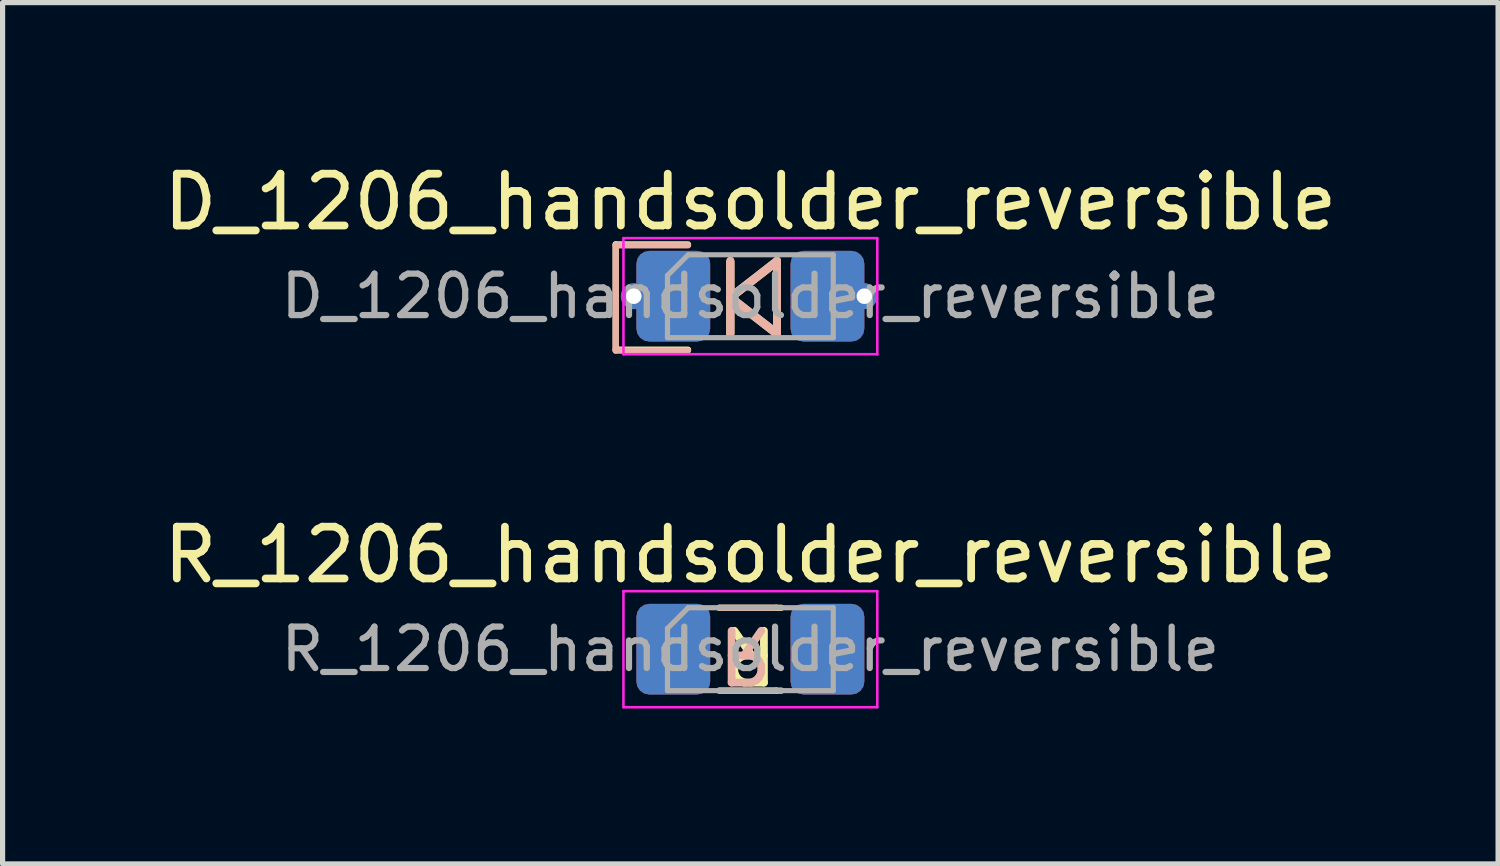
<source format=kicad_pcb>
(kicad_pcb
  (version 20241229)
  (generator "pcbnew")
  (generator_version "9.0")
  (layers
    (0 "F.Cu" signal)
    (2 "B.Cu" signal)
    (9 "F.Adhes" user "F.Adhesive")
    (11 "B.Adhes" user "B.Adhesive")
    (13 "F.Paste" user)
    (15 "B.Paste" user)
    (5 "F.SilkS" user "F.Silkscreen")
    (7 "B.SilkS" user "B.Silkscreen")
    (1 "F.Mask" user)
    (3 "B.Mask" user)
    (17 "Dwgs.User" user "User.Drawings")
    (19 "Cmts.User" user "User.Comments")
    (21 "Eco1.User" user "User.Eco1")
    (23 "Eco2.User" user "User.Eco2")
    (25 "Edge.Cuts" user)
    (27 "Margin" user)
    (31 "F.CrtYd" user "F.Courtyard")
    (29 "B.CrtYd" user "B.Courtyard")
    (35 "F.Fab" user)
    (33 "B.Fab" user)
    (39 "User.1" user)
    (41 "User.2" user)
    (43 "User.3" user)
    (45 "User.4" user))
  (footprint "D_1206_handsolder_reversible"
    (layer "F.Cu")
    (at 11.435 2.668)
    (property "Reference" "D_1206_handsolder_reversible" (at 0 -1.82 0) (layer "F.SilkS") (effects (font (size 1 1) (thickness 0.15))))
    (attr smd)
    (fp_line (start -2.6 -1) (end -2.6 1.032) (stroke (width 0.12) (type solid)) (layer "F.SilkS"))
    (fp_line (start -2.6 1.032) (end -1.203 1.032) (stroke (width 0.12) (type solid)) (layer "F.SilkS"))
    (fp_line (start -1.203 -1) (end -2.6 -1) (stroke (width 0.12) (type solid)) (layer "F.SilkS"))
    (fp_line (start -0.386 -0.684) (end -0.386 0.716) (stroke (width 0.15) (type solid)) (layer "F.SilkS"))
    (fp_line (start -0.386 0.016) (end 0.514 -0.684) (stroke (width 0.15) (type solid)) (layer "F.SilkS"))
    (fp_line (start -0.386 0.034) (end 0.514 0.734) (stroke (width 0.15) (type solid)) (layer "F.SilkS"))
    (fp_line (start -0.386 0.734) (end -0.386 -0.666) (stroke (width 0.15) (type solid)) (layer "F.SilkS"))
    (fp_line (start 0.514 -0.684) (end 0.514 0.716) (stroke (width 0.15) (type solid)) (layer "F.SilkS"))
    (fp_line (start 0.514 -0.666) (end -0.386 0.034) (stroke (width 0.15) (type solid)) (layer "F.SilkS"))
    (fp_line (start 0.514 0.716) (end -0.386 0.016) (stroke (width 0.15) (type solid)) (layer "F.SilkS"))
    (fp_line (start 0.514 0.734) (end 0.514 -0.666) (stroke (width 0.15) (type solid)) (layer "F.SilkS"))
    (fp_line (start -2.6 -0.982) (end -1.203 -0.982) (stroke (width 0.12) (type solid)) (layer "B.SilkS"))
    (fp_line (start -2.6 1.05) (end -2.6 -0.982) (stroke (width 0.12) (type solid)) (layer "B.SilkS"))
    (fp_line (start -1.203 1.05) (end -2.6 1.05) (stroke (width 0.12) (type solid)) (layer "B.SilkS"))
    (fp_line (start -0.386 -0.684) (end -0.386 0.716) (stroke (width 0.15) (type solid)) (layer "B.SilkS"))
    (fp_line (start -0.386 0.016) (end 0.514 -0.684) (stroke (width 0.15) (type solid)) (layer "B.SilkS"))
    (fp_line (start -0.386 0.034) (end 0.514 0.734) (stroke (width 0.15) (type solid)) (layer "B.SilkS"))
    (fp_line (start -0.386 0.734) (end -0.386 -0.666) (stroke (width 0.15) (type solid)) (layer "B.SilkS"))
    (fp_line (start 0.514 -0.684) (end 0.514 0.716) (stroke (width 0.15) (type solid)) (layer "B.SilkS"))
    (fp_line (start 0.514 -0.666) (end -0.386 0.034) (stroke (width 0.15) (type solid)) (layer "B.SilkS"))
    (fp_line (start 0.514 0.716) (end -0.386 0.016) (stroke (width 0.15) (type solid)) (layer "B.SilkS"))
    (fp_line (start 0.514 0.734) (end 0.514 -0.666) (stroke (width 0.15) (type solid)) (layer "B.SilkS"))
    (fp_line (start -2.45 -1.12) (end 2.45 -1.12) (stroke (width 0.05) (type solid)) (layer "F.CrtYd"))
    (fp_line (start -2.45 1.12) (end -2.45 -1.12) (stroke (width 0.05) (type solid)) (layer "F.CrtYd"))
    (fp_line (start 2.45 -1.12) (end 2.45 1.12) (stroke (width 0.05) (type solid)) (layer "F.CrtYd"))
    (fp_line (start 2.45 1.12) (end -2.45 1.12) (stroke (width 0.05) (type solid)) (layer "F.CrtYd"))
    (fp_line (start -1.6 -0.4) (end -1.6 0.8) (stroke (width 0.1) (type solid)) (layer "F.Fab"))
    (fp_line (start -1.6 0.8) (end 1.6 0.8) (stroke (width 0.1) (type solid)) (layer "F.Fab"))
    (fp_line (start -1.2 -0.8) (end -1.6 -0.4) (stroke (width 0.1) (type solid)) (layer "F.Fab"))
    (fp_line (start 1.6 -0.8) (end -1.2 -0.8) (stroke (width 0.1) (type solid)) (layer "F.Fab"))
    (fp_line (start 1.6 0.8) (end 1.6 -0.8) (stroke (width 0.1) (type solid)) (layer "F.Fab"))
    (fp_text user "${REFERENCE}" (at 0 0 0) (layer "F.Fab") (effects (font (size 0.8 0.8) (thickness 0.12))))
    (pad "1" thru_hole circle (at -2.25 0) (size 0.5 0.5) (drill 0.3) (layers "*.Cu" "*.Mask"))
    (pad "1" smd roundrect (at -1.488 0) (size 1.425 1.75) (layers "F.Cu" "F.Mask" "F.Paste") (roundrect_rratio 0.175))
    (pad "1" smd roundrect (at -1.488 0) (size 1.425 1.75) (layers "B.Cu" "B.Mask" "B.Paste") (roundrect_rratio 0.175))
    (pad "2" smd roundrect (at 1.488 0) (size 1.425 1.75) (layers "F.Cu" "F.Mask" "F.Paste") (roundrect_rratio 0.175))
    (pad "2" smd roundrect (at 1.488 0) (size 1.425 1.75) (layers "B.Cu" "B.Mask" "B.Paste") (roundrect_rratio 0.175))
    (pad "2" thru_hole circle (at 2.2 0) (size 0.5 0.5) (drill 0.3) (layers "*.Cu" "*.Mask")))
  (footprint "R_1206_handsolder_reversible"
    (layer "F.Cu")
    (at 11.435 9.482)
    (property "Reference" "R_1206_handsolder_reversible" (at 0 -1.82 0) (layer "F.SilkS") (effects (font (size 1 1) (thickness 0.15))))
    (attr smd)
    (fp_line (start -0.6 -0.8) (end 0.5 -0.8) (stroke (width 0.12) (type solid)) (layer "F.SilkS"))
    (fp_line (start -0.6 0.8) (end 0.5 0.8) (stroke (width 0.12) (type solid)) (layer "F.SilkS"))
    (fp_line (start 0.5 -0.8) (end 0.6 -0.8) (stroke (width 0.12) (type solid)) (layer "F.SilkS"))
    (fp_line (start 0.5 0.8) (end 0.6 0.8) (stroke (width 0.12) (type solid)) (layer "F.SilkS"))
    (fp_line (start 0.5 -0.8) (end -0.6 -0.8) (stroke (width 0.12) (type solid)) (layer "B.SilkS"))
    (fp_line (start 0.5 0.8) (end -0.6 0.8) (stroke (width 0.12) (type solid)) (layer "B.SilkS"))
    (fp_line (start -2.45 -1.12) (end 2.45 -1.12) (stroke (width 0.05) (type solid)) (layer "F.CrtYd"))
    (fp_line (start -2.45 1.12) (end -2.45 -1.12) (stroke (width 0.05) (type solid)) (layer "F.CrtYd"))
    (fp_line (start 2.45 -1.12) (end 2.45 1.12) (stroke (width 0.05) (type solid)) (layer "F.CrtYd"))
    (fp_line (start 2.45 1.12) (end -2.45 1.12) (stroke (width 0.05) (type solid)) (layer "F.CrtYd"))
    (fp_line (start -1.6 -0.4) (end -1.6 0.8) (stroke (width 0.1) (type solid)) (layer "F.Fab"))
    (fp_line (start -1.6 0.8) (end 1.6 0.8) (stroke (width 0.1) (type solid)) (layer "F.Fab"))
    (fp_line (start -1.2 -0.8) (end -1.6 -0.4) (stroke (width 0.1) (type solid)) (layer "F.Fab"))
    (fp_line (start 1.6 -0.8) (end -1.2 -0.8) (stroke (width 0.1) (type solid)) (layer "F.Fab"))
    (fp_line (start 1.6 0.8) (end 1.6 -0.8) (stroke (width 0.1) (type solid)) (layer "F.Fab"))
    (fp_text user "R" (at 0 0.1 180) (unlocked yes) (layer "F.SilkS") (effects (font (size 1 1) (thickness 0.15))))
    (fp_text user "R" (at -0.1 0.1 180) (unlocked yes) (layer "B.SilkS") (effects (font (size 1 1) (thickness 0.15)) (justify mirror)))
    (fp_text user "${REFERENCE}" (at 0 0 0) (layer "F.Fab") (effects (font (size 0.8 0.8) (thickness 0.12))))
    (pad "1" smd roundrect (at -1.488 0 180) (size 1.425 1.75) (layers "F.Cu" "F.Mask" "F.Paste") (roundrect_rratio 0.175))
    (pad "1" smd roundrect (at -1.488 0 180) (size 1.425 1.75) (layers "B.Cu" "B.Mask" "B.Paste") (roundrect_rratio 0.175))
    (pad "2" smd roundrect (at 1.488 0 180) (size 1.425 1.75) (layers "F.Cu" "F.Mask" "F.Paste") (roundrect_rratio 0.175))
    (pad "2" smd roundrect (at 1.488 0 180) (size 1.425 1.75) (layers "B.Cu" "B.Mask" "B.Paste") (roundrect_rratio 0.175)))
  (gr_rect
    (start -3 -3)
    (end 25.869 13.627)
    (stroke (width 0.1) (type default))
    (fill no)
    (layer "Edge.Cuts")))
</source>
